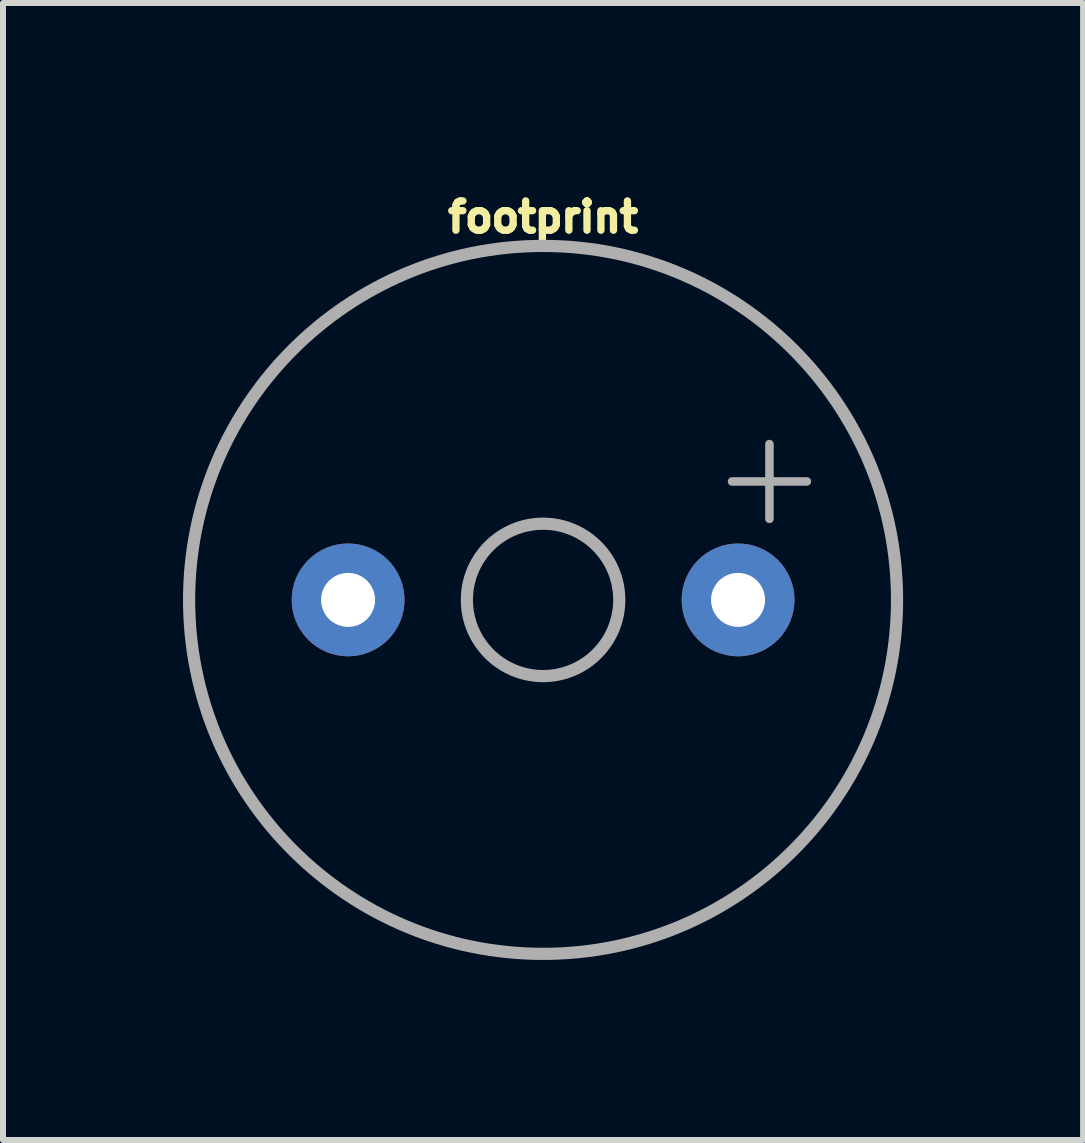
<source format=kicad_pcb>
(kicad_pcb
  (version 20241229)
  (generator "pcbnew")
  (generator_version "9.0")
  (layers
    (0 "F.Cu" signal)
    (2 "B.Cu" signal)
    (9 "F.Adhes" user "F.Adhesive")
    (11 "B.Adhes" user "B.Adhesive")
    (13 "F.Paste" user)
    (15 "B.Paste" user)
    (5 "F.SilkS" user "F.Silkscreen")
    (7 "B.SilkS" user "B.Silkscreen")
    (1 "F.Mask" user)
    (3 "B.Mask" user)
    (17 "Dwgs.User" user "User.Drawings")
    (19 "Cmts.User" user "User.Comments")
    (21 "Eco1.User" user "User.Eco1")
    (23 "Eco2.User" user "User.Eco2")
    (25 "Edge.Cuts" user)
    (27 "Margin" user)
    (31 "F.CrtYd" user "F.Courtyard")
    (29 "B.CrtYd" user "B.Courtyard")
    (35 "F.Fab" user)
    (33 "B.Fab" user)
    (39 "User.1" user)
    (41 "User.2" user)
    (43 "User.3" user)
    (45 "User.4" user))
  (footprint "footprint"
    (layer "F.Cu")
    (at 6.002 6.949)
    (property "Reference" "footprint" (at 0 -6.096 0) (layer "F.SilkS") (effects (font (size 0.488 0.488) (thickness 0.122)) (justify bottom)))
    (fp_poly (pts (xy -3.092 -0.483) (xy -2.95 -0.408) (xy -2.834 -0.289) (xy -2.744 0.006) (xy -2.771 0.166) (xy -2.843 0.305) (xy -2.956 0.415) (xy -3.096 0.486) (xy -3.242 0.507) (xy -3.251 0.445) (xy -3.26 0.507) (xy -3.404 0.488) (xy -3.545 0.42) (xy -3.662 0.309) (xy -3.761 0.027) (xy -3.739 -0.139) (xy -3.668 -0.286) (xy -3.552 -0.408) (xy -3.257 -0.512)) (stroke (width 0) (type solid)) (fill yes) (layer "F.Mask"))
    (fp_poly (pts (xy 3.411 -0.483) (xy 3.553 -0.408) (xy 3.668 -0.289) (xy 3.754 -0.008) (xy 3.693 0.01) (xy 3.756 0.021) (xy 3.731 0.166) (xy 3.659 0.305) (xy 3.547 0.415) (xy 3.406 0.486) (xy 3.261 0.507) (xy 3.251 0.445) (xy 3.243 0.507) (xy 3.098 0.488) (xy 2.957 0.42) (xy 2.841 0.309) (xy 2.742 0.027) (xy 2.764 -0.139) (xy 2.834 -0.286) (xy 2.95 -0.408) (xy 3.246 -0.512)) (stroke (width 0) (type solid)) (fill yes) (layer "F.Mask"))
    (fp_poly (pts (xy 3.452 -0.994) (xy 3.644 -0.932) (xy 3.821 -0.835) (xy 3.975 -0.705) (xy 4.1 -0.547) (xy 4.192 -0.368) (xy 4.248 -0.174) (xy 4.264 0.02) (xy 4.201 0.025) (xy 4.264 0.032) (xy 4.244 0.221) (xy 4.185 0.408) (xy 4.09 0.58) (xy 3.964 0.731) (xy 3.811 0.854) (xy 3.637 0.944) (xy 3.449 0.999) (xy 3.259 1.016) (xy 3.254 0.953) (xy 3.248 1.016) (xy 3.058 1) (xy 2.869 0.945) (xy 2.693 0.854) (xy 2.539 0.731) (xy 2.412 0.58) (xy 2.315 0.405) (xy 2.235 0.027) (xy 2.252 -0.177) (xy 2.309 -0.371) (xy 2.401 -0.549) (xy 2.527 -0.707) (xy 2.682 -0.836) (xy 2.861 -0.935) (xy 3.248 -1.017)) (stroke (width 0) (type solid)) (fill yes) (layer "B.Mask"))
    (fp_poly (pts (xy -3.05 -0.994) (xy -2.858 -0.932) (xy -2.682 -0.835) (xy -2.528 -0.705) (xy -2.402 -0.547) (xy -2.31 -0.368) (xy -2.254 -0.174) (xy -2.238 0.02) (xy -2.301 0.025) (xy -2.238 0.032) (xy -2.259 0.221) (xy -2.318 0.408) (xy -2.412 0.58) (xy -2.538 0.731) (xy -2.691 0.854) (xy -2.865 0.944) (xy -3.054 0.999) (xy -3.243 1.016) (xy -3.249 0.953) (xy -3.254 1.016) (xy -3.444 1) (xy -3.634 0.945) (xy -3.809 0.854) (xy -3.963 0.731) (xy -4.09 0.58) (xy -4.187 0.405) (xy -4.266 0.036) (xy -4.204 0.023) (xy -4.267 0.017) (xy -4.25 -0.177) (xy -4.194 -0.371) (xy -4.101 -0.549) (xy -3.975 -0.707) (xy -3.821 -0.836) (xy -3.642 -0.935) (xy -3.254 -1.017)) (stroke (width 0) (type solid)) (fill yes) (layer "B.Mask"))
    (fp_circle (center 0 0) (end 1.27 0) (stroke (width 0.203) (type solid)) (fill no) (layer "F.Fab"))
    (fp_circle (center 0 0) (end 5.9 0) (stroke (width 0.203) (type solid)) (fill no) (layer "F.Fab"))
    (fp_text user "+" (at 2.667 -1.143 0) (layer "F.Fab") (effects (font (size 1.636 1.636) (thickness 0.142)) (justify left bottom)))
    (pad "+" thru_hole circle (at 3.25 0) (size 1.88 1.88) (drill 0.9) (layers "*.Cu"))
    (pad "-" thru_hole circle (at -3.25 0) (size 1.88 1.88) (drill 0.9) (layers "*.Cu")))
  (gr_rect
    (start -3 -3)
    (end 15.003 15.951)
    (stroke (width 0.1) (type default))
    (fill no)
    (layer "Edge.Cuts")))
</source>
